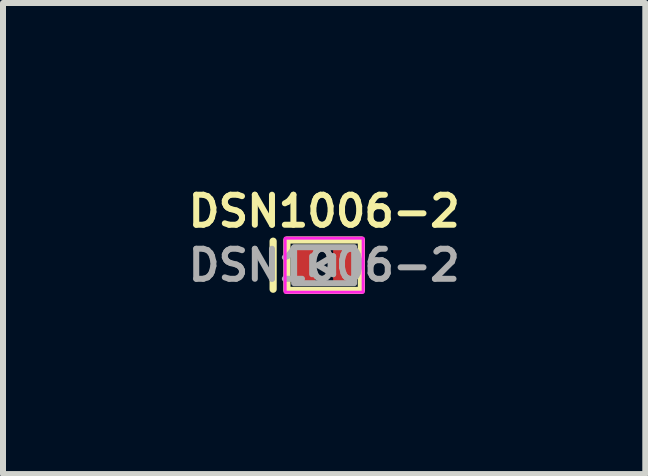
<source format=kicad_pcb>
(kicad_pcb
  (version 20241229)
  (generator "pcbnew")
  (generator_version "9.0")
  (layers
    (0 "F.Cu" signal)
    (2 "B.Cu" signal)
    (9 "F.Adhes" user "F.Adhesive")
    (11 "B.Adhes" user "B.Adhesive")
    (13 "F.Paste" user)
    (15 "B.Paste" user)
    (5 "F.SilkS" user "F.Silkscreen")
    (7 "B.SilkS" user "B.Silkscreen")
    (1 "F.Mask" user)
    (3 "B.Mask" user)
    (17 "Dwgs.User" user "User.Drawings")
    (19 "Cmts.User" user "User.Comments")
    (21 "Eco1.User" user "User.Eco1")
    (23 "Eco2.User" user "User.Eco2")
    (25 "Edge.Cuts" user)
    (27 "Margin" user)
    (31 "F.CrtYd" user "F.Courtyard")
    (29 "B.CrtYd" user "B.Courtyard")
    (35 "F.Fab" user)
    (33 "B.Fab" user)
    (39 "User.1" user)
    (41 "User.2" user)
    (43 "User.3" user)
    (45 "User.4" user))
  (footprint "DSN1006-2"
    (layer "F.Cu")
    (at 2.35 1.368)
    (property "Reference" "DSN1006-2" (at 0 -0.9 0) (layer "F.SilkS") (effects (font (size 0.5 0.5) (thickness 0.1))))
    (attr smd)
    (fp_line (start -0.85 -0.4) (end -0.85 0.4) (stroke (width 0.12) (type solid)) (layer "F.SilkS"))
    (fp_rect (start -0.62 -0.42) (end 0.62 0.42) (stroke (width 0.12) (type solid)) (fill no) (layer "F.SilkS"))
    (fp_rect (start -0.65 -0.45) (end 0.65 0.45) (stroke (width 0.05) (type solid)) (fill no) (layer "F.CrtYd"))
    (fp_line (start -0.2 -0.15) (end -0.2 0.15) (stroke (width 0.1) (type solid)) (layer "F.Fab"))
    (fp_line (start -0.1 0) (end 0.15 -0.15) (stroke (width 0.1) (type solid)) (layer "F.Fab"))
    (fp_line (start 0.15 -0.15) (end 0.15 0.15) (stroke (width 0.1) (type solid)) (layer "F.Fab"))
    (fp_line (start 0.15 0.15) (end -0.1 0) (stroke (width 0.1) (type solid)) (layer "F.Fab"))
    (fp_rect (start -0.5 -0.3) (end 0.5 0.3) (stroke (width 0.1) (type solid)) (fill no) (layer "F.Fab"))
    (fp_text user "${REFERENCE}" (at 0 0 0) (unlocked yes) (layer "F.Fab") (effects (font (size 0.5 0.5) (thickness 0.1))))
    (pad "1" smd rect (at -0.325 0) (size 0.35 0.6) (layers "F.Cu" "F.Mask" "F.Paste"))
    (pad "2" smd rect (at 0.325 0) (size 0.35 0.6) (layers "F.Cu" "F.Mask" "F.Paste")))
  (gr_rect
    (start -3 -3)
    (end 7.7 4.848)
    (stroke (width 0.1) (type default))
    (fill no)
    (layer "Edge.Cuts")))
</source>
